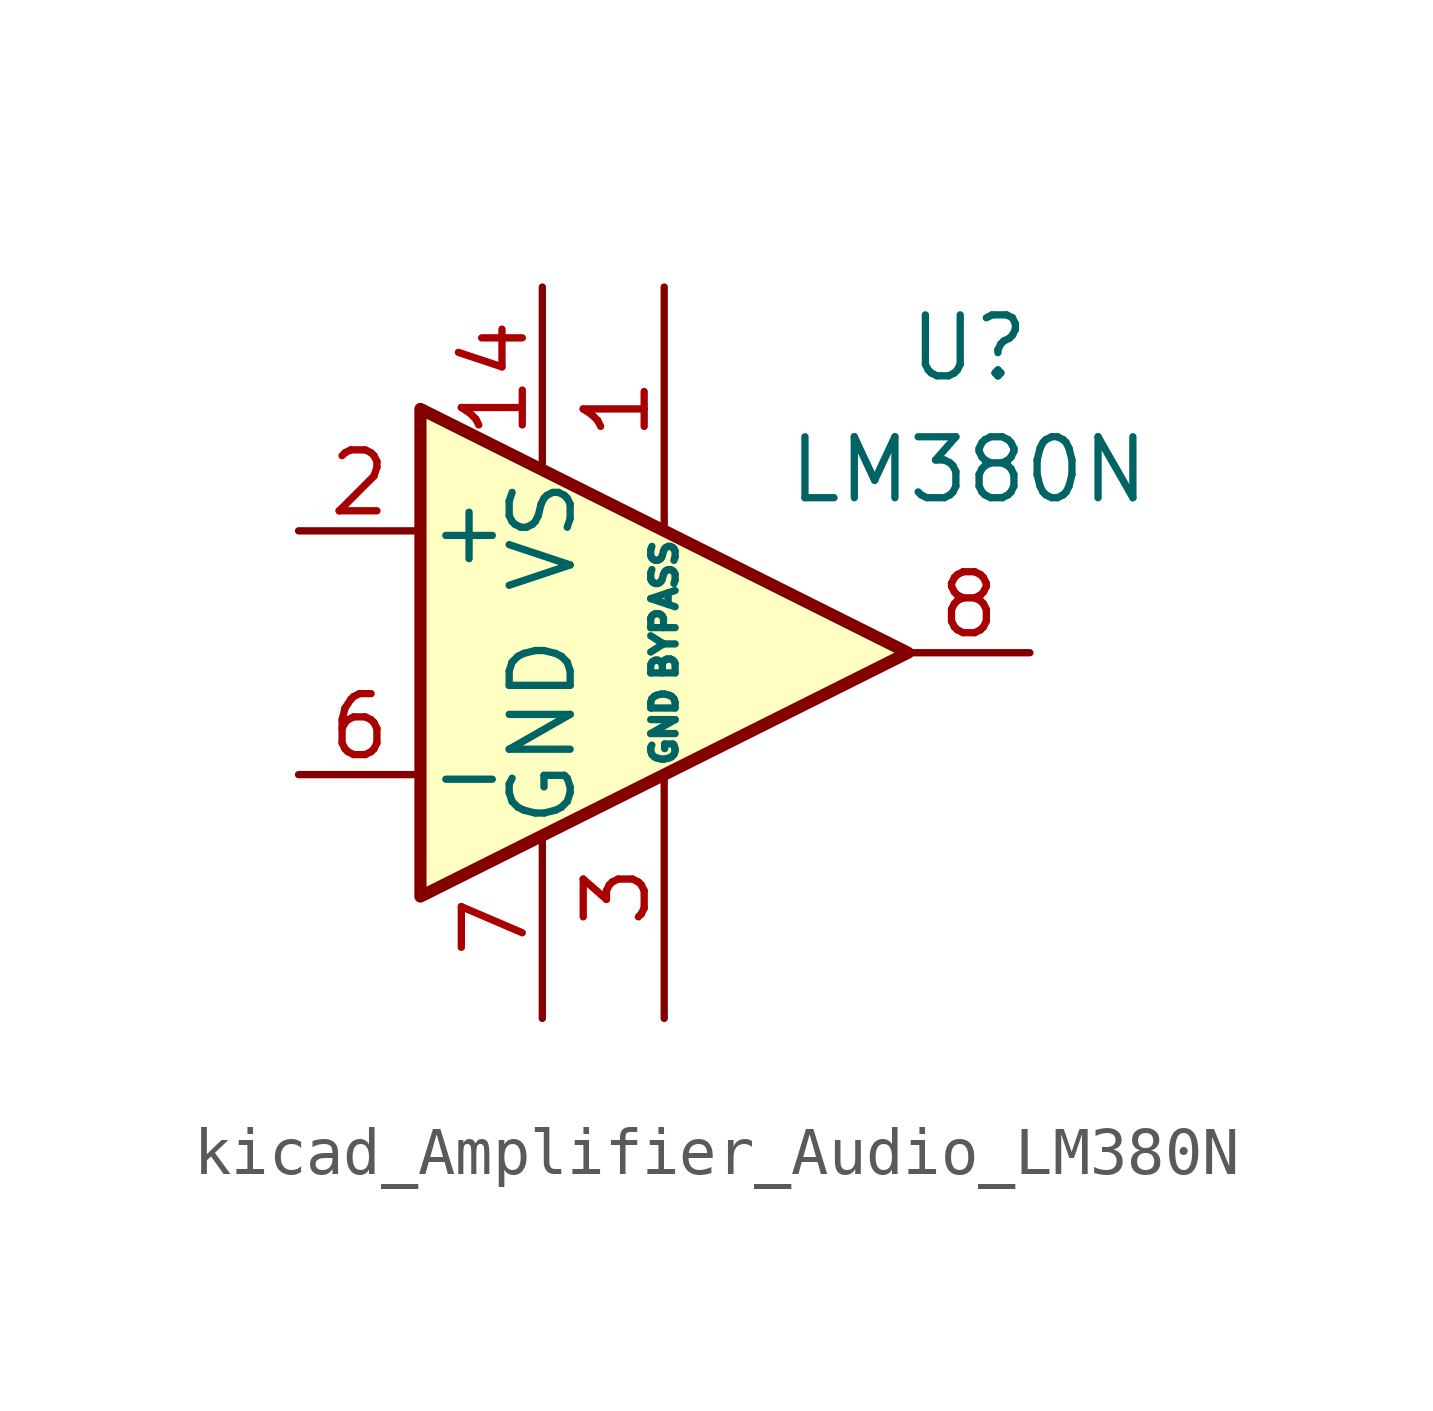
<source format=kicad_sym>
(kicad_symbol_lib
  (version 20220914)
  (generator kicad_symbol_editor)
  (symbol "kicad_Amplifier_Audio_LM380N"
    (pin_names
      (offset 0.127))
    (property "Reference" "U"
      (at 6.35 6.35 0)
      (effects (font (size 1.27 1.27))))
    (property "Value" "LM380N"
      (at 6.35 3.81 0)
      (effects (font (size 1.27 1.27))))
    (symbol "kicad_Amplifier_Audio_LM380N_0_1"
      (polyline (pts (xy -5.08 5.08) (xy 5.08 0) (xy -5.08 -5.08) (xy -5.08 5.08)) (stroke (width 0.254) (type default)) (fill (type background))))
    (symbol "kicad_Amplifier_Audio_LM380N_1_1"
      (pin passive line (at 0 7.62 270) (length 5.08) (name "BYPASS" (effects (font (size 0.508 0.508)))) (number "1" (effects (font (size 1.27 1.27)))))
      (pin passive line (at 0 -7.62 90) (length 5.08) hide (name "GND" (effects (font (size 0.508 0.508)))) (number "10" (effects (font (size 1.27 1.27)))))
      (pin passive line (at 0 -7.62 90) (length 5.08) hide (name "GND" (effects (font (size 0.508 0.508)))) (number "11" (effects (font (size 1.27 1.27)))))
      (pin passive line (at 0 -7.62 90) (length 5.08) hide (name "GND" (effects (font (size 0.508 0.508)))) (number "12" (effects (font (size 1.27 1.27)))))
      (pin no_connect line (at 0 -2.54 90) (length 2.54) hide (name "NC" (effects (font (size 1.27 1.27)))) (number "13" (effects (font (size 1.27 1.27)))))
      (pin power_in line (at -2.54 7.62 270) (length 3.81) (name "VS" (effects (font (size 1.27 1.27)))) (number "14" (effects (font (size 1.27 1.27)))))
      (pin input line (at -7.62 2.54 0) (length 2.54) (name "+" (effects (font (size 1.27 1.27)))) (number "2" (effects (font (size 1.27 1.27)))))
      (pin power_in line (at 0 -7.62 90) (length 5.08) (name "GND" (effects (font (size 0.508 0.508)))) (number "3" (effects (font (size 1.27 1.27)))))
      (pin passive line (at 0 -7.62 90) (length 5.08) hide (name "GND" (effects (font (size 0.508 0.508)))) (number "4" (effects (font (size 1.27 1.27)))))
      (pin passive line (at 0 -7.62 90) (length 5.08) hide (name "GND" (effects (font (size 0.508 0.508)))) (number "5" (effects (font (size 1.27 1.27)))))
      (pin input line (at -7.62 -2.54 0) (length 2.54) (name "-" (effects (font (size 1.27 1.27)))) (number "6" (effects (font (size 1.27 1.27)))))
      (pin power_in line (at -2.54 -7.62 90) (length 3.81) (name "GND" (effects (font (size 1.27 1.27)))) (number "7" (effects (font (size 1.27 1.27)))))
      (pin output line (at 7.62 0 180) (length 2.54) (name "~" (effects (font (size 1.27 1.27)))) (number "8" (effects (font (size 1.27 1.27)))))
      (pin no_connect line (at 0 2.54 270) (length 2.54) hide (name "NC" (effects (font (size 1.27 1.27)))) (number "9" (effects (font (size 1.27 1.27))))))))
</source>
